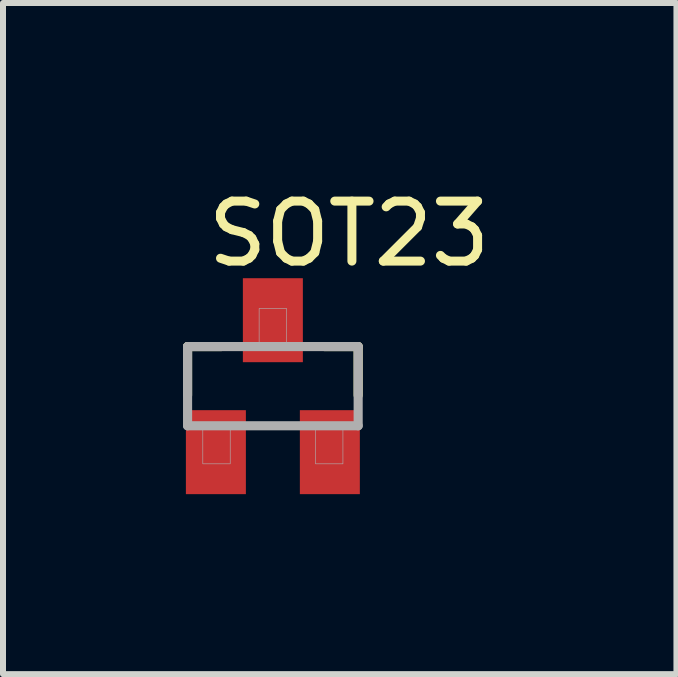
<source format=kicad_pcb>
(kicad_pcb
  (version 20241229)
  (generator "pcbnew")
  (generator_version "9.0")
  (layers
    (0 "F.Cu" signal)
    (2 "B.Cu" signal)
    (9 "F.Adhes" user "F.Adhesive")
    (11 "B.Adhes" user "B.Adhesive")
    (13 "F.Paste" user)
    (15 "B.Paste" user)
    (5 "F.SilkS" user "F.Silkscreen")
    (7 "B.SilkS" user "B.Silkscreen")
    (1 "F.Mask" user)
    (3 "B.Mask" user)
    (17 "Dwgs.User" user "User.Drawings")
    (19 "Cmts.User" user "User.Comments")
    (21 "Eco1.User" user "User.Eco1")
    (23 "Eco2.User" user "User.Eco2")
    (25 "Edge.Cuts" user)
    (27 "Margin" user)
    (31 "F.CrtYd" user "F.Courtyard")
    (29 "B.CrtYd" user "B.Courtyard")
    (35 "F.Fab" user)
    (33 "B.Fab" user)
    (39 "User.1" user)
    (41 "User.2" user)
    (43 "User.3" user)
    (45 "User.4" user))
  (footprint "SOT23"
    (layer "F.Cu")
    (at 1.499 3.388)
    (property "Reference" "SOT23" (at 1.27 -2.54 0) (layer "F.SilkS") (effects (font (size 1 1) (thickness 0.15))))
    (attr smd)
    (fp_line (start -1.422 -0.66) (end -0.864 -0.66) (stroke (width 0.152) (type solid)) (layer "F.SilkS"))
    (fp_line (start -1.422 0.152) (end -1.422 -0.66) (stroke (width 0.152) (type solid)) (layer "F.SilkS"))
    (fp_line (start 0.864 -0.66) (end 1.422 -0.66) (stroke (width 0.152) (type solid)) (layer "F.SilkS"))
    (fp_line (start 1.422 -0.66) (end 1.422 0.152) (stroke (width 0.152) (type solid)) (layer "F.SilkS"))
    (fp_line (start -1.422 -0.66) (end 1.422 -0.66) (stroke (width 0.152) (type solid)) (layer "F.Fab"))
    (fp_line (start -1.422 0.66) (end -1.422 -0.66) (stroke (width 0.152) (type solid)) (layer "F.Fab"))
    (fp_line (start 1.422 -0.66) (end 1.422 0.66) (stroke (width 0.152) (type solid)) (layer "F.Fab"))
    (fp_line (start 1.422 0.66) (end -1.422 0.66) (stroke (width 0.152) (type solid)) (layer "F.Fab"))
    (fp_poly (pts (xy -1.168 0.711) (xy -0.711 0.711) (xy -0.711 1.295) (xy -1.168 1.295)) (stroke (width 0.01) (type solid)) (fill no) (layer "F.Fab"))
    (fp_poly (pts (xy -0.229 -1.295) (xy 0.229 -1.295) (xy 0.229 -0.711) (xy -0.229 -0.711)) (stroke (width 0.01) (type solid)) (fill no) (layer "F.Fab"))
    (fp_poly (pts (xy 0.711 0.711) (xy 1.168 0.711) (xy 1.168 1.295) (xy 0.711 1.295)) (stroke (width 0.01) (type solid)) (fill no) (layer "F.Fab"))
    (pad "1" smd rect (at -0.95 1.1) (size 1 1.4) (layers "F.Cu" "F.Mask" "F.Paste"))
    (pad "2" smd rect (at 0.95 1.1) (size 1 1.4) (layers "F.Cu" "F.Mask" "F.Paste"))
    (pad "3" smd rect (at 0 -1.1) (size 1 1.4) (layers "F.Cu" "F.Mask" "F.Paste")))
  (gr_rect
    (start -3 -3)
    (end 8.227 8.188)
    (stroke (width 0.1) (type default))
    (fill no)
    (layer "Edge.Cuts")))
</source>
